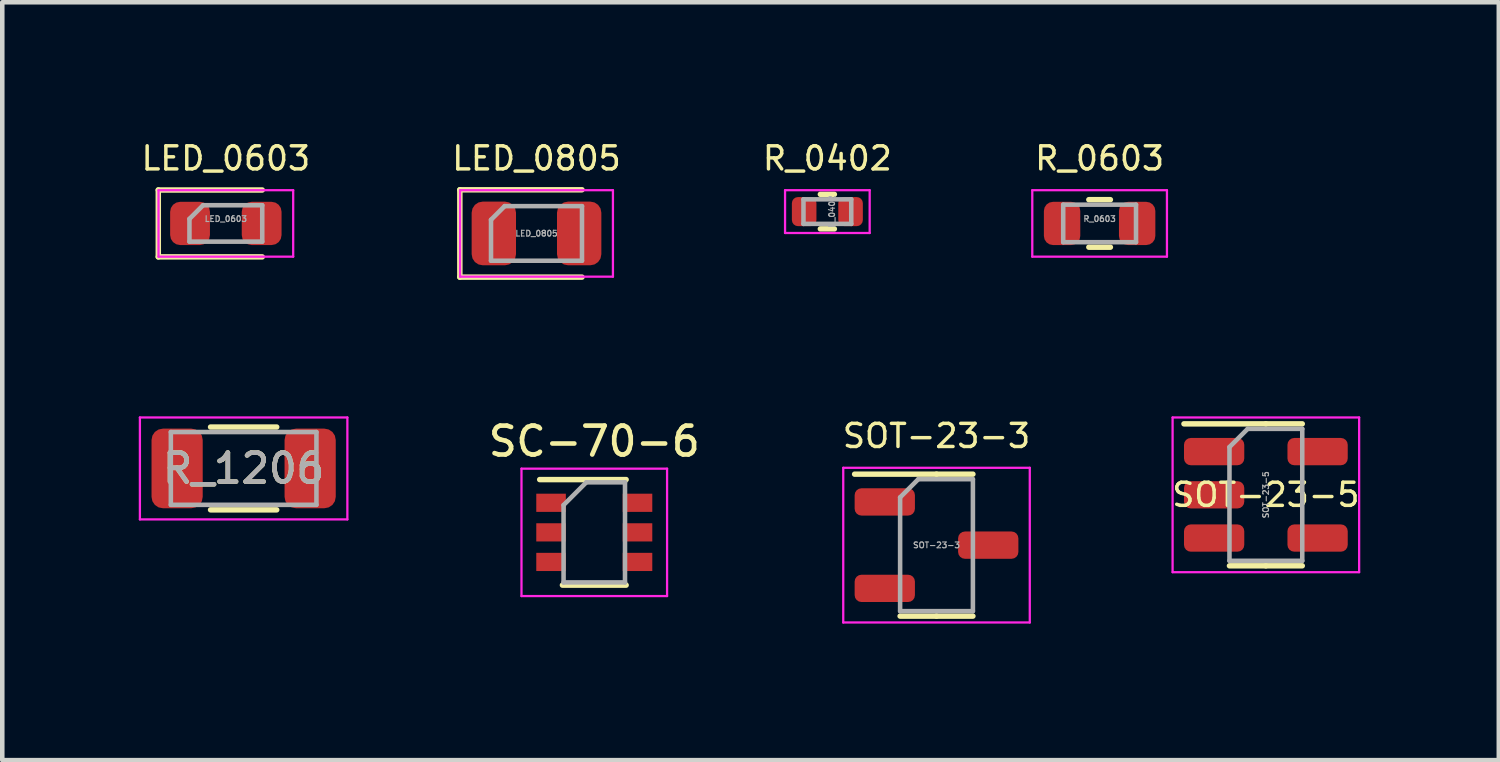
<source format=kicad_pcb>
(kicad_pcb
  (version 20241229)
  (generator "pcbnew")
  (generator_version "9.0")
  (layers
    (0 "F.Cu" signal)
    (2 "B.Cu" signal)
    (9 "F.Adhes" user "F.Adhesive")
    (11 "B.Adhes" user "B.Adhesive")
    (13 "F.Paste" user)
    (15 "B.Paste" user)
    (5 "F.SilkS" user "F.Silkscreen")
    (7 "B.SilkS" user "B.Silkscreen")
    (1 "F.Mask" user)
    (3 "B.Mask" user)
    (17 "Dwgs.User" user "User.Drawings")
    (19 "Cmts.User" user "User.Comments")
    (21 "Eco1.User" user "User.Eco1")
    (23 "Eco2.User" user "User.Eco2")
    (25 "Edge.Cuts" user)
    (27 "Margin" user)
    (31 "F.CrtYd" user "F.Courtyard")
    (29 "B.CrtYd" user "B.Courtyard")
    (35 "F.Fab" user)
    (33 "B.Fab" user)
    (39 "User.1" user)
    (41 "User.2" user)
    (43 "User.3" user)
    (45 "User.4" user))
  (footprint "SC-70-6"
    (layer "F.Cu")
    (at 10.012 8.651)
    (property "Reference" "SC-70-6" (at 0 -2 180) (layer "F.SilkS") (effects (font (size 0.635 0.635) (thickness 0.102))))
    (attr smd)
    (fp_line (start -0.7 1.16) (end 0.7 1.16) (stroke (width 0.12) (type solid)) (layer "F.SilkS"))
    (fp_line (start 0.7 -1.16) (end -1.2 -1.16) (stroke (width 0.12) (type solid)) (layer "F.SilkS"))
    (fp_line (start -1.6 -1.4) (end -1.6 1.4) (stroke (width 0.05) (type solid)) (layer "F.CrtYd"))
    (fp_line (start -1.6 -1.4) (end 1.6 -1.4) (stroke (width 0.05) (type solid)) (layer "F.CrtYd"))
    (fp_line (start -1.6 1.4) (end 1.6 1.4) (stroke (width 0.05) (type solid)) (layer "F.CrtYd"))
    (fp_line (start 1.6 1.4) (end 1.6 -1.4) (stroke (width 0.05) (type solid)) (layer "F.CrtYd"))
    (fp_line (start -0.675 -0.6) (end -0.675 1.1) (stroke (width 0.1) (type solid)) (layer "F.Fab"))
    (fp_line (start -0.175 -1.1) (end -0.675 -0.6) (stroke (width 0.1) (type solid)) (layer "F.Fab"))
    (fp_line (start 0.675 -1.1) (end -0.175 -1.1) (stroke (width 0.1) (type solid)) (layer "F.Fab"))
    (fp_line (start 0.675 -1.1) (end 0.675 1.1) (stroke (width 0.1) (type solid)) (layer "F.Fab"))
    (fp_line (start 0.675 1.1) (end -0.675 1.1) (stroke (width 0.1) (type solid)) (layer "F.Fab"))
    (pad "1" smd rect (at -0.95 -0.65) (size 0.65 0.4) (layers "F.Cu" "F.Mask" "F.Paste"))
    (pad "2" smd rect (at -0.95 0) (size 0.65 0.4) (layers "F.Cu" "F.Mask" "F.Paste"))
    (pad "3" smd rect (at -0.95 0.65) (size 0.65 0.4) (layers "F.Cu" "F.Mask" "F.Paste"))
    (pad "4" smd rect (at 0.95 0.65) (size 0.65 0.4) (layers "F.Cu" "F.Mask" "F.Paste"))
    (pad "5" smd rect (at 0.95 0) (size 0.65 0.4) (layers "F.Cu" "F.Mask" "F.Paste"))
    (pad "6" smd rect (at 0.95 -0.65) (size 0.65 0.4) (layers "F.Cu" "F.Mask" "F.Paste")))
  (footprint "R_0402"
    (layer "F.Cu")
    (at 15.135 1.601)
    (property "Reference" "R_0402" (at 0 -1.17 0) (layer "F.SilkS") (effects (font (size 0.508 0.508) (thickness 0.076))))
    (attr smd)
    (fp_line (start -0.154 -0.38) (end 0.154 -0.38) (stroke (width 0.12) (type solid)) (layer "F.SilkS"))
    (fp_line (start -0.154 0.38) (end 0.154 0.38) (stroke (width 0.12) (type solid)) (layer "F.SilkS"))
    (fp_line (start -0.93 -0.47) (end 0.93 -0.47) (stroke (width 0.05) (type solid)) (layer "F.CrtYd"))
    (fp_line (start -0.93 0.47) (end -0.93 -0.47) (stroke (width 0.05) (type solid)) (layer "F.CrtYd"))
    (fp_line (start 0.93 -0.47) (end 0.93 0.47) (stroke (width 0.05) (type solid)) (layer "F.CrtYd"))
    (fp_line (start 0.93 0.47) (end -0.93 0.47) (stroke (width 0.05) (type solid)) (layer "F.CrtYd"))
    (fp_line (start -0.525 -0.27) (end 0.525 -0.27) (stroke (width 0.1) (type solid)) (layer "F.Fab"))
    (fp_line (start -0.525 0.27) (end -0.525 -0.27) (stroke (width 0.1) (type solid)) (layer "F.Fab"))
    (fp_line (start 0.525 -0.27) (end 0.525 0.27) (stroke (width 0.1) (type solid)) (layer "F.Fab"))
    (fp_line (start 0.525 0.27) (end -0.525 0.27) (stroke (width 0.1) (type solid)) (layer "F.Fab"))
    (fp_text user "${REFERENCE}" (at 0.1 0 90) (layer "F.Fab") (effects (font (size 0.127 0.127) (thickness 0.025))))
    (pad "1" smd roundrect (at -0.51 0) (size 0.54 0.64) (layers "F.Cu" "F.Mask" "F.Paste") (roundrect_rratio 0.25))
    (pad "2" smd roundrect (at 0.51 0) (size 0.54 0.64) (layers "F.Cu" "F.Mask" "F.Paste") (roundrect_rratio 0.25)))
  (footprint "SOT-23-5"
    (layer "F.Cu")
    (at 24.773 7.826)
    (property "Reference" "SOT-23-5" (at 0 0 0) (layer "F.SilkS") (effects (font (size 0.508 0.508) (thickness 0.076))))
    (attr smd)
    (fp_line (start 0 -1.56) (end -1.8 -1.56) (stroke (width 0.12) (type solid)) (layer "F.SilkS"))
    (fp_line (start 0 -1.56) (end 0.8 -1.56) (stroke (width 0.12) (type solid)) (layer "F.SilkS"))
    (fp_line (start 0 1.56) (end -0.8 1.56) (stroke (width 0.12) (type solid)) (layer "F.SilkS"))
    (fp_line (start 0 1.56) (end 0.8 1.56) (stroke (width 0.12) (type solid)) (layer "F.SilkS"))
    (fp_line (start -2.05 -1.7) (end -2.05 1.7) (stroke (width 0.05) (type solid)) (layer "F.CrtYd"))
    (fp_line (start -2.05 1.7) (end 2.05 1.7) (stroke (width 0.05) (type solid)) (layer "F.CrtYd"))
    (fp_line (start 2.05 -1.7) (end -2.05 -1.7) (stroke (width 0.05) (type solid)) (layer "F.CrtYd"))
    (fp_line (start 2.05 1.7) (end 2.05 -1.7) (stroke (width 0.05) (type solid)) (layer "F.CrtYd"))
    (fp_line (start -0.8 -1.05) (end -0.4 -1.45) (stroke (width 0.1) (type solid)) (layer "F.Fab"))
    (fp_line (start -0.8 1.45) (end -0.8 -1.05) (stroke (width 0.1) (type solid)) (layer "F.Fab"))
    (fp_line (start -0.4 -1.45) (end 0.8 -1.45) (stroke (width 0.1) (type solid)) (layer "F.Fab"))
    (fp_line (start 0.8 -1.45) (end 0.8 1.45) (stroke (width 0.1) (type solid)) (layer "F.Fab"))
    (fp_line (start 0.8 1.45) (end -0.8 1.45) (stroke (width 0.1) (type solid)) (layer "F.Fab"))
    (fp_text user "${REFERENCE}" (at 0 0 90) (layer "F.Fab") (effects (font (size 0.127 0.127) (thickness 0.025))))
    (pad "1" smd roundrect (at -1.137 -0.95) (size 1.325 0.6) (layers "F.Cu" "F.Mask" "F.Paste") (roundrect_rratio 0.25))
    (pad "2" smd roundrect (at -1.137 0) (size 1.325 0.6) (layers "F.Cu" "F.Mask" "F.Paste") (roundrect_rratio 0.25))
    (pad "3" smd roundrect (at -1.137 0.95) (size 1.325 0.6) (layers "F.Cu" "F.Mask" "F.Paste") (roundrect_rratio 0.25))
    (pad "4" smd roundrect (at 1.137 0.95) (size 1.325 0.6) (layers "F.Cu" "F.Mask" "F.Paste") (roundrect_rratio 0.25))
    (pad "5" smd roundrect (at 1.137 -0.95) (size 1.325 0.6) (layers "F.Cu" "F.Mask" "F.Paste") (roundrect_rratio 0.25)))
  (footprint "R_1206"
    (layer "F.Cu")
    (at 2.305 7.246)
    (property "Reference" "R_1206" (at 0 0 180) (layer "F.SilkS") (effects (font (size 0.635 0.635) (thickness 0.102))))
    (attr smd)
    (fp_line (start -0.727 -0.91) (end 0.727 -0.91) (stroke (width 0.12) (type solid)) (layer "F.SilkS"))
    (fp_line (start -0.727 0.91) (end 0.727 0.91) (stroke (width 0.12) (type solid)) (layer "F.SilkS"))
    (fp_line (start -2.28 -1.12) (end 2.28 -1.12) (stroke (width 0.05) (type solid)) (layer "F.CrtYd"))
    (fp_line (start -2.28 1.12) (end -2.28 -1.12) (stroke (width 0.05) (type solid)) (layer "F.CrtYd"))
    (fp_line (start 2.28 -1.12) (end 2.28 1.12) (stroke (width 0.05) (type solid)) (layer "F.CrtYd"))
    (fp_line (start 2.28 1.12) (end -2.28 1.12) (stroke (width 0.05) (type solid)) (layer "F.CrtYd"))
    (fp_line (start -1.6 -0.8) (end 1.6 -0.8) (stroke (width 0.1) (type solid)) (layer "F.Fab"))
    (fp_line (start -1.6 0.8) (end -1.6 -0.8) (stroke (width 0.1) (type solid)) (layer "F.Fab"))
    (fp_line (start 1.6 -0.8) (end 1.6 0.8) (stroke (width 0.1) (type solid)) (layer "F.Fab"))
    (fp_line (start 1.6 0.8) (end -1.6 0.8) (stroke (width 0.1) (type solid)) (layer "F.Fab"))
    (fp_text user "${REFERENCE}" (at 0 0 180) (layer "F.Fab") (effects (font (size 0.635 0.635) (thickness 0.102))))
    (pad "1" smd roundrect (at -1.462 0) (size 1.125 1.75) (layers "F.Cu" "F.Mask" "F.Paste") (roundrect_rratio 0.222))
    (pad "2" smd roundrect (at 1.462 0) (size 1.125 1.75) (layers "F.Cu" "F.Mask" "F.Paste") (roundrect_rratio 0.222)))
  (footprint "SOT-23-3"
    (layer "F.Cu")
    (at 17.534 8.932)
    (property "Reference" "SOT-23-3" (at 0 -2.4 180) (layer "F.SilkS") (effects (font (size 0.508 0.508) (thickness 0.076))))
    (attr smd)
    (fp_line (start 0 -1.56) (end -1.8 -1.56) (stroke (width 0.12) (type solid)) (layer "F.SilkS"))
    (fp_line (start 0 -1.56) (end 0.8 -1.56) (stroke (width 0.12) (type solid)) (layer "F.SilkS"))
    (fp_line (start 0 1.56) (end -0.8 1.56) (stroke (width 0.12) (type solid)) (layer "F.SilkS"))
    (fp_line (start 0 1.56) (end 0.8 1.56) (stroke (width 0.12) (type solid)) (layer "F.SilkS"))
    (fp_line (start -2.05 -1.7) (end -2.05 1.7) (stroke (width 0.05) (type solid)) (layer "F.CrtYd"))
    (fp_line (start -2.05 1.7) (end 2.05 1.7) (stroke (width 0.05) (type solid)) (layer "F.CrtYd"))
    (fp_line (start 2.05 -1.7) (end -2.05 -1.7) (stroke (width 0.05) (type solid)) (layer "F.CrtYd"))
    (fp_line (start 2.05 1.7) (end 2.05 -1.7) (stroke (width 0.05) (type solid)) (layer "F.CrtYd"))
    (fp_line (start -0.8 -1.05) (end -0.4 -1.45) (stroke (width 0.1) (type solid)) (layer "F.Fab"))
    (fp_line (start -0.8 1.45) (end -0.8 -1.05) (stroke (width 0.1) (type solid)) (layer "F.Fab"))
    (fp_line (start -0.4 -1.45) (end 0.8 -1.45) (stroke (width 0.1) (type solid)) (layer "F.Fab"))
    (fp_line (start 0.8 -1.45) (end 0.8 1.45) (stroke (width 0.1) (type solid)) (layer "F.Fab"))
    (fp_line (start 0.8 1.45) (end -0.8 1.45) (stroke (width 0.1) (type solid)) (layer "F.Fab"))
    (fp_text user "${REFERENCE}" (at 0 0 180) (layer "F.Fab") (effects (font (size 0.127 0.127) (thickness 0.025))))
    (pad "1" smd roundrect (at -1.137 -0.95) (size 1.325 0.6) (layers "F.Cu" "F.Mask" "F.Paste") (roundrect_rratio 0.25))
    (pad "2" smd roundrect (at -1.137 0.95) (size 1.325 0.6) (layers "F.Cu" "F.Mask" "F.Paste") (roundrect_rratio 0.25))
    (pad "3" smd roundrect (at 1.137 0) (size 1.325 0.6) (layers "F.Cu" "F.Mask" "F.Paste") (roundrect_rratio 0.25)))
  (footprint "R_0603"
    (layer "F.Cu")
    (at 21.119 1.861)
    (property "Reference" "R_0603" (at 0 -1.43 180) (layer "F.SilkS") (effects (font (size 0.508 0.508) (thickness 0.076))))
    (attr smd)
    (fp_line (start 0.237 -0.522) (end -0.237 -0.522) (stroke (width 0.12) (type solid)) (layer "F.SilkS"))
    (fp_line (start 0.237 0.522) (end -0.237 0.522) (stroke (width 0.12) (type solid)) (layer "F.SilkS"))
    (fp_line (start -1.48 -0.73) (end -1.48 0.73) (stroke (width 0.05) (type solid)) (layer "F.CrtYd"))
    (fp_line (start -1.48 0.73) (end 1.48 0.73) (stroke (width 0.05) (type solid)) (layer "F.CrtYd"))
    (fp_line (start 1.48 -0.73) (end -1.48 -0.73) (stroke (width 0.05) (type solid)) (layer "F.CrtYd"))
    (fp_line (start 1.48 0.73) (end 1.48 -0.73) (stroke (width 0.05) (type solid)) (layer "F.CrtYd"))
    (fp_line (start -0.8 -0.412) (end -0.8 0.412) (stroke (width 0.1) (type solid)) (layer "F.Fab"))
    (fp_line (start -0.8 0.412) (end 0.8 0.412) (stroke (width 0.1) (type solid)) (layer "F.Fab"))
    (fp_line (start 0.8 -0.412) (end -0.8 -0.412) (stroke (width 0.1) (type solid)) (layer "F.Fab"))
    (fp_line (start 0.8 0.412) (end 0.8 -0.412) (stroke (width 0.1) (type solid)) (layer "F.Fab"))
    (fp_text user "${REFERENCE}" (at 0 -0.1 180) (layer "F.Fab") (effects (font (size 0.127 0.127) (thickness 0.025))))
    (pad "1" smd roundrect (at -0.825 0 180) (size 0.8 0.95) (layers "F.Cu" "F.Mask" "F.Paste") (roundrect_rratio 0.25))
    (pad "2" smd roundrect (at 0.825 0 180) (size 0.8 0.95) (layers "F.Cu" "F.Mask" "F.Paste") (roundrect_rratio 0.25)))
  (footprint "LED_0603"
    (layer "F.Cu")
    (at 1.914 1.861)
    (property "Reference" "LED_0603" (at 0 -1.43 180) (layer "F.SilkS") (effects (font (size 0.508 0.508) (thickness 0.076))))
    (attr smd)
    (fp_line (start -1.485 -0.735) (end -1.485 0.735) (stroke (width 0.12) (type solid)) (layer "F.SilkS"))
    (fp_line (start -1.485 0.735) (end 0.8 0.735) (stroke (width 0.12) (type solid)) (layer "F.SilkS"))
    (fp_line (start 0.8 -0.735) (end -1.485 -0.735) (stroke (width 0.12) (type solid)) (layer "F.SilkS"))
    (fp_line (start -1.48 -0.73) (end 1.48 -0.73) (stroke (width 0.05) (type solid)) (layer "F.CrtYd"))
    (fp_line (start -1.48 0.73) (end -1.48 -0.73) (stroke (width 0.05) (type solid)) (layer "F.CrtYd"))
    (fp_line (start 1.48 -0.73) (end 1.48 0.73) (stroke (width 0.05) (type solid)) (layer "F.CrtYd"))
    (fp_line (start 1.48 0.73) (end -1.48 0.73) (stroke (width 0.05) (type solid)) (layer "F.CrtYd"))
    (fp_line (start -0.8 -0.1) (end -0.8 0.4) (stroke (width 0.1) (type solid)) (layer "F.Fab"))
    (fp_line (start -0.8 0.4) (end 0.8 0.4) (stroke (width 0.1) (type solid)) (layer "F.Fab"))
    (fp_line (start -0.5 -0.4) (end -0.8 -0.1) (stroke (width 0.1) (type solid)) (layer "F.Fab"))
    (fp_line (start 0.8 -0.4) (end -0.5 -0.4) (stroke (width 0.1) (type solid)) (layer "F.Fab"))
    (fp_line (start 0.8 0.4) (end 0.8 -0.4) (stroke (width 0.1) (type solid)) (layer "F.Fab"))
    (fp_text user "${REFERENCE}" (at 0 -0.1 180) (layer "F.Fab") (effects (font (size 0.127 0.127) (thickness 0.025))))
    (pad "1" smd roundrect (at -0.787 0) (size 0.875 0.95) (layers "F.Cu" "F.Mask" "F.Paste") (roundrect_rratio 0.25))
    (pad "2" smd roundrect (at 0.787 0) (size 0.875 0.95) (layers "F.Cu" "F.Mask" "F.Paste") (roundrect_rratio 0.25)))
  (footprint "LED_0805"
    (layer "F.Cu")
    (at 8.742 2.081)
    (property "Reference" "LED_0805" (at 0 -1.65 180) (layer "F.SilkS") (effects (font (size 0.508 0.508) (thickness 0.076))))
    (attr smd)
    (fp_line (start -1.685 -0.96) (end -1.685 0.96) (stroke (width 0.12) (type solid)) (layer "F.SilkS"))
    (fp_line (start -1.685 0.96) (end 1 0.96) (stroke (width 0.12) (type solid)) (layer "F.SilkS"))
    (fp_line (start 1 -0.96) (end -1.685 -0.96) (stroke (width 0.12) (type solid)) (layer "F.SilkS"))
    (fp_line (start -1.68 -0.95) (end 1.68 -0.95) (stroke (width 0.05) (type solid)) (layer "F.CrtYd"))
    (fp_line (start -1.68 0.95) (end -1.68 -0.95) (stroke (width 0.05) (type solid)) (layer "F.CrtYd"))
    (fp_line (start 1.68 -0.95) (end 1.68 0.95) (stroke (width 0.05) (type solid)) (layer "F.CrtYd"))
    (fp_line (start 1.68 0.95) (end -1.68 0.95) (stroke (width 0.05) (type solid)) (layer "F.CrtYd"))
    (fp_line (start -1 -0.3) (end -1 0.6) (stroke (width 0.1) (type solid)) (layer "F.Fab"))
    (fp_line (start -1 0.6) (end 1 0.6) (stroke (width 0.1) (type solid)) (layer "F.Fab"))
    (fp_line (start -0.7 -0.6) (end -1 -0.3) (stroke (width 0.1) (type solid)) (layer "F.Fab"))
    (fp_line (start 1 -0.6) (end -0.7 -0.6) (stroke (width 0.1) (type solid)) (layer "F.Fab"))
    (fp_line (start 1 0.6) (end 1 -0.6) (stroke (width 0.1) (type solid)) (layer "F.Fab"))
    (fp_text user "${REFERENCE}" (at 0 0 180) (layer "F.Fab") (effects (font (size 0.127 0.127) (thickness 0.025))))
    (pad "1" smd roundrect (at -0.938 0) (size 0.975 1.4) (layers "F.Cu" "F.Mask" "F.Paste") (roundrect_rratio 0.25))
    (pad "2" smd roundrect (at 0.938 0) (size 0.975 1.4) (layers "F.Cu" "F.Mask" "F.Paste") (roundrect_rratio 0.25)))
  (gr_rect
    (start -3 -3)
    (end 29.893 13.657)
    (stroke (width 0.1) (type default))
    (fill no)
    (layer "Edge.Cuts")))
</source>
